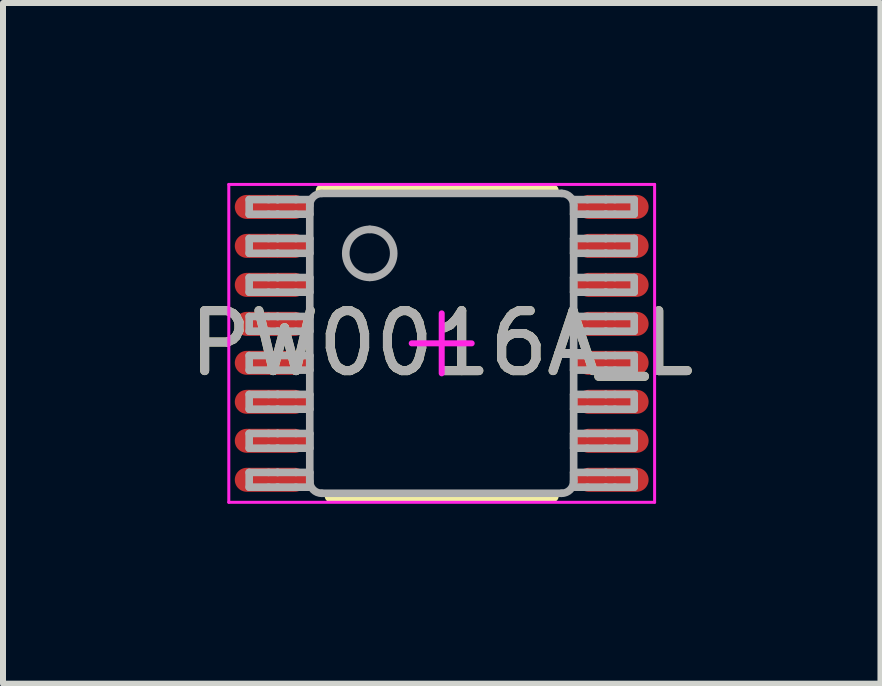
<source format=kicad_pcb>
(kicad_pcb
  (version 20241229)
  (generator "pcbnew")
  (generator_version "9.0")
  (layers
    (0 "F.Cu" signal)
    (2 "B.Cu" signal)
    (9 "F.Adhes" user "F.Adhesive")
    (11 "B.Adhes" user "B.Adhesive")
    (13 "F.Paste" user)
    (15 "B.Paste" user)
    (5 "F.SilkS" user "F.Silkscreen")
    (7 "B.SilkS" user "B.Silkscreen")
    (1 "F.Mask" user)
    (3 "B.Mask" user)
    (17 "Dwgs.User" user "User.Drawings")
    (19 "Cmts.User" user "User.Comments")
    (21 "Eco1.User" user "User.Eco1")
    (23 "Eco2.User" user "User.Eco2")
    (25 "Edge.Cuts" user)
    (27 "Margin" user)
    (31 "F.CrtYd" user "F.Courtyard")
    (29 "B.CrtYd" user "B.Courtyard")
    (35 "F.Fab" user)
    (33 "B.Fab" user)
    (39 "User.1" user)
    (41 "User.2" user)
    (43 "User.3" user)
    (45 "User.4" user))
  (footprint "PW0016A_L"
    (layer "F.Cu")
    (at 4.315 2.675)
    (property "Reference" "PW0016A_L" (at 0 0 0) (unlocked yes) (layer "F.SilkS") (effects (font (size 1 1) (thickness 0.15))))
    (attr smd)
    (fp_line (start -2 -2.55) (end 1.85 -2.55) (stroke (width 0.2) (type solid)) (layer "F.SilkS"))
    (fp_line (start -1.85 2.55) (end 1.85 2.55) (stroke (width 0.2) (type solid)) (layer "F.SilkS"))
    (fp_line (start -3.55 -2.65) (end 3.55 -2.65) (stroke (width 0.05) (type solid)) (layer "F.CrtYd"))
    (fp_line (start -3.55 2.65) (end -3.55 -2.65) (stroke (width 0.05) (type solid)) (layer "F.CrtYd"))
    (fp_line (start -3.55 2.65) (end 3.55 2.65) (stroke (width 0.05) (type solid)) (layer "F.CrtYd"))
    (fp_line (start -0.5 0) (end 0.5 0) (stroke (width 0.1) (type solid)) (layer "F.CrtYd"))
    (fp_line (start -0.000003 0.5) (end -0.000003 -0.5) (stroke (width 0.1) (type solid)) (layer "F.CrtYd"))
    (fp_line (start 3.55 2.65) (end 3.55 -2.65) (stroke (width 0.05) (type solid)) (layer "F.CrtYd"))
    (fp_line (start -3.21 -2.397) (end -2.887 -2.397) (stroke (width 0.127) (type solid)) (layer "F.Fab"))
    (fp_line (start -3.21 -2.153) (end -3.21 -2.397) (stroke (width 0.127) (type solid)) (layer "F.Fab"))
    (fp_line (start -3.21 -2.153) (end -2.887 -2.153) (stroke (width 0.127) (type solid)) (layer "F.Fab"))
    (fp_line (start -3.21 -1.748) (end -2.887 -1.748) (stroke (width 0.127) (type solid)) (layer "F.Fab"))
    (fp_line (start -3.21 -1.502) (end -3.21 -1.748) (stroke (width 0.127) (type solid)) (layer "F.Fab"))
    (fp_line (start -3.21 -1.502) (end -2.887 -1.502) (stroke (width 0.127) (type solid)) (layer "F.Fab"))
    (fp_line (start -3.21 -1.097) (end -2.887 -1.097) (stroke (width 0.127) (type solid)) (layer "F.Fab"))
    (fp_line (start -3.21 -0.853) (end -3.21 -1.097) (stroke (width 0.127) (type solid)) (layer "F.Fab"))
    (fp_line (start -3.21 -0.853) (end -2.887 -0.853) (stroke (width 0.127) (type solid)) (layer "F.Fab"))
    (fp_line (start -3.21 -0.448) (end -2.887 -0.448) (stroke (width 0.127) (type solid)) (layer "F.Fab"))
    (fp_line (start -3.21 -0.202) (end -3.21 -0.448) (stroke (width 0.127) (type solid)) (layer "F.Fab"))
    (fp_line (start -3.21 -0.202) (end -2.887 -0.202) (stroke (width 0.127) (type solid)) (layer "F.Fab"))
    (fp_line (start -3.21 0.203) (end -2.887 0.203) (stroke (width 0.127) (type solid)) (layer "F.Fab"))
    (fp_line (start -3.21 0.447) (end -3.21 0.203) (stroke (width 0.127) (type solid)) (layer "F.Fab"))
    (fp_line (start -3.21 0.447) (end -2.887 0.447) (stroke (width 0.127) (type solid)) (layer "F.Fab"))
    (fp_line (start -3.21 0.852) (end -2.887 0.852) (stroke (width 0.127) (type solid)) (layer "F.Fab"))
    (fp_line (start -3.21 1.098) (end -3.21 0.852) (stroke (width 0.127) (type solid)) (layer "F.Fab"))
    (fp_line (start -3.21 1.098) (end -2.887 1.098) (stroke (width 0.127) (type solid)) (layer "F.Fab"))
    (fp_line (start -3.21 1.503) (end -2.887 1.503) (stroke (width 0.127) (type solid)) (layer "F.Fab"))
    (fp_line (start -3.21 1.748) (end -3.21 1.503) (stroke (width 0.127) (type solid)) (layer "F.Fab"))
    (fp_line (start -3.21 1.748) (end -2.887 1.748) (stroke (width 0.127) (type solid)) (layer "F.Fab"))
    (fp_line (start -3.21 2.152) (end -2.887 2.152) (stroke (width 0.127) (type solid)) (layer "F.Fab"))
    (fp_line (start -3.21 2.398) (end -3.21 2.152) (stroke (width 0.127) (type solid)) (layer "F.Fab"))
    (fp_line (start -3.21 2.398) (end -2.887 2.398) (stroke (width 0.127) (type solid)) (layer "F.Fab"))
    (fp_line (start -2.887 -2.397) (end -2.739 -2.397) (stroke (width 0.127) (type solid)) (layer "F.Fab"))
    (fp_line (start -2.887 -2.153) (end -2.739 -2.153) (stroke (width 0.127) (type solid)) (layer "F.Fab"))
    (fp_line (start -2.887 -1.748) (end -2.739 -1.748) (stroke (width 0.127) (type solid)) (layer "F.Fab"))
    (fp_line (start -2.887 -1.502) (end -2.739 -1.502) (stroke (width 0.127) (type solid)) (layer "F.Fab"))
    (fp_line (start -2.887 -1.097) (end -2.739 -1.097) (stroke (width 0.127) (type solid)) (layer "F.Fab"))
    (fp_line (start -2.887 -0.853) (end -2.739 -0.853) (stroke (width 0.127) (type solid)) (layer "F.Fab"))
    (fp_line (start -2.887 -0.448) (end -2.739 -0.448) (stroke (width 0.127) (type solid)) (layer "F.Fab"))
    (fp_line (start -2.887 -0.202) (end -2.739 -0.202) (stroke (width 0.127) (type solid)) (layer "F.Fab"))
    (fp_line (start -2.887 0.203) (end -2.739 0.203) (stroke (width 0.127) (type solid)) (layer "F.Fab"))
    (fp_line (start -2.887 0.447) (end -2.739 0.447) (stroke (width 0.127) (type solid)) (layer "F.Fab"))
    (fp_line (start -2.887 0.852) (end -2.739 0.852) (stroke (width 0.127) (type solid)) (layer "F.Fab"))
    (fp_line (start -2.887 1.098) (end -2.739 1.098) (stroke (width 0.127) (type solid)) (layer "F.Fab"))
    (fp_line (start -2.887 1.503) (end -2.739 1.503) (stroke (width 0.127) (type solid)) (layer "F.Fab"))
    (fp_line (start -2.887 1.748) (end -2.739 1.748) (stroke (width 0.127) (type solid)) (layer "F.Fab"))
    (fp_line (start -2.887 2.152) (end -2.739 2.152) (stroke (width 0.127) (type solid)) (layer "F.Fab"))
    (fp_line (start -2.887 2.398) (end -2.739 2.398) (stroke (width 0.127) (type solid)) (layer "F.Fab"))
    (fp_line (start -2.739 -2.397) (end -2.733 -2.397) (stroke (width 0.127) (type solid)) (layer "F.Fab"))
    (fp_line (start -2.739 -2.153) (end -2.733 -2.153) (stroke (width 0.127) (type solid)) (layer "F.Fab"))
    (fp_line (start -2.739 -1.748) (end -2.733 -1.748) (stroke (width 0.127) (type solid)) (layer "F.Fab"))
    (fp_line (start -2.739 -1.502) (end -2.733 -1.502) (stroke (width 0.127) (type solid)) (layer "F.Fab"))
    (fp_line (start -2.739 -1.097) (end -2.733 -1.097) (stroke (width 0.127) (type solid)) (layer "F.Fab"))
    (fp_line (start -2.739 -0.853) (end -2.733 -0.853) (stroke (width 0.127) (type solid)) (layer "F.Fab"))
    (fp_line (start -2.739 -0.448) (end -2.733 -0.448) (stroke (width 0.127) (type solid)) (layer "F.Fab"))
    (fp_line (start -2.739 -0.202) (end -2.733 -0.202) (stroke (width 0.127) (type solid)) (layer "F.Fab"))
    (fp_line (start -2.739 0.203) (end -2.733 0.203) (stroke (width 0.127) (type solid)) (layer "F.Fab"))
    (fp_line (start -2.739 0.447) (end -2.733 0.447) (stroke (width 0.127) (type solid)) (layer "F.Fab"))
    (fp_line (start -2.739 0.852) (end -2.733 0.852) (stroke (width 0.127) (type solid)) (layer "F.Fab"))
    (fp_line (start -2.739 1.098) (end -2.733 1.098) (stroke (width 0.127) (type solid)) (layer "F.Fab"))
    (fp_line (start -2.739 1.503) (end -2.733 1.503) (stroke (width 0.127) (type solid)) (layer "F.Fab"))
    (fp_line (start -2.739 1.748) (end -2.733 1.748) (stroke (width 0.127) (type solid)) (layer "F.Fab"))
    (fp_line (start -2.739 2.152) (end -2.733 2.152) (stroke (width 0.127) (type solid)) (layer "F.Fab"))
    (fp_line (start -2.739 2.398) (end -2.733 2.398) (stroke (width 0.127) (type solid)) (layer "F.Fab"))
    (fp_line (start -2.733 -2.397) (end -2.431 -2.397) (stroke (width 0.127) (type solid)) (layer "F.Fab"))
    (fp_line (start -2.733 -2.153) (end -2.431 -2.153) (stroke (width 0.127) (type solid)) (layer "F.Fab"))
    (fp_line (start -2.733 -1.748) (end -2.431 -1.748) (stroke (width 0.127) (type solid)) (layer "F.Fab"))
    (fp_line (start -2.733 -1.502) (end -2.431 -1.502) (stroke (width 0.127) (type solid)) (layer "F.Fab"))
    (fp_line (start -2.733 -1.097) (end -2.431 -1.097) (stroke (width 0.127) (type solid)) (layer "F.Fab"))
    (fp_line (start -2.733 -0.853) (end -2.431 -0.853) (stroke (width 0.127) (type solid)) (layer "F.Fab"))
    (fp_line (start -2.733 -0.448) (end -2.431 -0.448) (stroke (width 0.127) (type solid)) (layer "F.Fab"))
    (fp_line (start -2.733 -0.202) (end -2.431 -0.202) (stroke (width 0.127) (type solid)) (layer "F.Fab"))
    (fp_line (start -2.733 0.203) (end -2.431 0.203) (stroke (width 0.127) (type solid)) (layer "F.Fab"))
    (fp_line (start -2.733 0.447) (end -2.431 0.447) (stroke (width 0.127) (type solid)) (layer "F.Fab"))
    (fp_line (start -2.733 0.852) (end -2.431 0.852) (stroke (width 0.127) (type solid)) (layer "F.Fab"))
    (fp_line (start -2.733 1.098) (end -2.431 1.098) (stroke (width 0.127) (type solid)) (layer "F.Fab"))
    (fp_line (start -2.733 1.503) (end -2.431 1.503) (stroke (width 0.127) (type solid)) (layer "F.Fab"))
    (fp_line (start -2.733 1.748) (end -2.431 1.748) (stroke (width 0.127) (type solid)) (layer "F.Fab"))
    (fp_line (start -2.733 2.152) (end -2.431 2.152) (stroke (width 0.127) (type solid)) (layer "F.Fab"))
    (fp_line (start -2.733 2.398) (end -2.431 2.398) (stroke (width 0.127) (type solid)) (layer "F.Fab"))
    (fp_line (start -2.431 -2.397) (end -2.2 -2.397) (stroke (width 0.127) (type solid)) (layer "F.Fab"))
    (fp_line (start -2.431 -2.153) (end -2.2 -2.153) (stroke (width 0.127) (type solid)) (layer "F.Fab"))
    (fp_line (start -2.431 -1.748) (end -2.2 -1.748) (stroke (width 0.127) (type solid)) (layer "F.Fab"))
    (fp_line (start -2.431 -1.502) (end -2.2 -1.502) (stroke (width 0.127) (type solid)) (layer "F.Fab"))
    (fp_line (start -2.431 -1.097) (end -2.2 -1.097) (stroke (width 0.127) (type solid)) (layer "F.Fab"))
    (fp_line (start -2.431 -0.853) (end -2.2 -0.853) (stroke (width 0.127) (type solid)) (layer "F.Fab"))
    (fp_line (start -2.431 -0.448) (end -2.2 -0.448) (stroke (width 0.127) (type solid)) (layer "F.Fab"))
    (fp_line (start -2.431 -0.202) (end -2.2 -0.202) (stroke (width 0.127) (type solid)) (layer "F.Fab"))
    (fp_line (start -2.431 0.203) (end -2.2 0.203) (stroke (width 0.127) (type solid)) (layer "F.Fab"))
    (fp_line (start -2.431 0.447) (end -2.2 0.447) (stroke (width 0.127) (type solid)) (layer "F.Fab"))
    (fp_line (start -2.431 0.852) (end -2.2 0.852) (stroke (width 0.127) (type solid)) (layer "F.Fab"))
    (fp_line (start -2.431 1.098) (end -2.2 1.098) (stroke (width 0.127) (type solid)) (layer "F.Fab"))
    (fp_line (start -2.431 1.503) (end -2.2 1.503) (stroke (width 0.127) (type solid)) (layer "F.Fab"))
    (fp_line (start -2.431 1.748) (end -2.2 1.748) (stroke (width 0.127) (type solid)) (layer "F.Fab"))
    (fp_line (start -2.431 2.152) (end -2.2 2.152) (stroke (width 0.127) (type solid)) (layer "F.Fab"))
    (fp_line (start -2.431 2.398) (end -2.2 2.398) (stroke (width 0.127) (type solid)) (layer "F.Fab"))
    (fp_line (start -2.2 -2.153) (end -2.2 -2.397) (stroke (width 0.127) (type solid)) (layer "F.Fab"))
    (fp_line (start -2.2 -1.502) (end -2.2 -1.748) (stroke (width 0.127) (type solid)) (layer "F.Fab"))
    (fp_line (start -2.2 -0.853) (end -2.2 -1.097) (stroke (width 0.127) (type solid)) (layer "F.Fab"))
    (fp_line (start -2.2 -0.202) (end -2.2 -0.448) (stroke (width 0.127) (type solid)) (layer "F.Fab"))
    (fp_line (start -2.2 0.447) (end -2.2 0.203) (stroke (width 0.127) (type solid)) (layer "F.Fab"))
    (fp_line (start -2.2 1.098) (end -2.2 0.852) (stroke (width 0.127) (type solid)) (layer "F.Fab"))
    (fp_line (start -2.2 1.748) (end -2.2 1.503) (stroke (width 0.127) (type solid)) (layer "F.Fab"))
    (fp_line (start -2.2 2.3) (end -2.2 -2.3) (stroke (width 0.127) (type solid)) (layer "F.Fab"))
    (fp_line (start -2.2 2.398) (end -2.2 2.152) (stroke (width 0.127) (type solid)) (layer "F.Fab"))
    (fp_line (start -2 -2.5) (end 2 -2.5) (stroke (width 0.127) (type solid)) (layer "F.Fab"))
    (fp_line (start -2 2.5) (end 2 2.5) (stroke (width 0.127) (type solid)) (layer "F.Fab"))
    (fp_line (start 2.2 -2.397) (end 2.43 -2.397) (stroke (width 0.127) (type solid)) (layer "F.Fab"))
    (fp_line (start 2.2 -2.153) (end 2.2 -2.397) (stroke (width 0.127) (type solid)) (layer "F.Fab"))
    (fp_line (start 2.2 -2.153) (end 2.43 -2.153) (stroke (width 0.127) (type solid)) (layer "F.Fab"))
    (fp_line (start 2.2 -1.748) (end 2.43 -1.748) (stroke (width 0.127) (type solid)) (layer "F.Fab"))
    (fp_line (start 2.2 -1.502) (end 2.2 -1.748) (stroke (width 0.127) (type solid)) (layer "F.Fab"))
    (fp_line (start 2.2 -1.502) (end 2.43 -1.502) (stroke (width 0.127) (type solid)) (layer "F.Fab"))
    (fp_line (start 2.2 -1.097) (end 2.43 -1.097) (stroke (width 0.127) (type solid)) (layer "F.Fab"))
    (fp_line (start 2.2 -0.853) (end 2.2 -1.097) (stroke (width 0.127) (type solid)) (layer "F.Fab"))
    (fp_line (start 2.2 -0.853) (end 2.43 -0.853) (stroke (width 0.127) (type solid)) (layer "F.Fab"))
    (fp_line (start 2.2 -0.448) (end 2.43 -0.448) (stroke (width 0.127) (type solid)) (layer "F.Fab"))
    (fp_line (start 2.2 -0.202) (end 2.2 -0.448) (stroke (width 0.127) (type solid)) (layer "F.Fab"))
    (fp_line (start 2.2 -0.202) (end 2.43 -0.202) (stroke (width 0.127) (type solid)) (layer "F.Fab"))
    (fp_line (start 2.2 0.203) (end 2.43 0.203) (stroke (width 0.127) (type solid)) (layer "F.Fab"))
    (fp_line (start 2.2 0.447) (end 2.2 0.203) (stroke (width 0.127) (type solid)) (layer "F.Fab"))
    (fp_line (start 2.2 0.447) (end 2.43 0.447) (stroke (width 0.127) (type solid)) (layer "F.Fab"))
    (fp_line (start 2.2 0.852) (end 2.43 0.852) (stroke (width 0.127) (type solid)) (layer "F.Fab"))
    (fp_line (start 2.2 1.098) (end 2.2 0.852) (stroke (width 0.127) (type solid)) (layer "F.Fab"))
    (fp_line (start 2.2 1.098) (end 2.43 1.098) (stroke (width 0.127) (type solid)) (layer "F.Fab"))
    (fp_line (start 2.2 1.503) (end 2.43 1.503) (stroke (width 0.127) (type solid)) (layer "F.Fab"))
    (fp_line (start 2.2 1.748) (end 2.2 1.503) (stroke (width 0.127) (type solid)) (layer "F.Fab"))
    (fp_line (start 2.2 1.748) (end 2.43 1.748) (stroke (width 0.127) (type solid)) (layer "F.Fab"))
    (fp_line (start 2.2 2.152) (end 2.43 2.152) (stroke (width 0.127) (type solid)) (layer "F.Fab"))
    (fp_line (start 2.2 2.3) (end 2.2 -2.3) (stroke (width 0.127) (type solid)) (layer "F.Fab"))
    (fp_line (start 2.2 2.398) (end 2.2 2.152) (stroke (width 0.127) (type solid)) (layer "F.Fab"))
    (fp_line (start 2.2 2.398) (end 2.43 2.398) (stroke (width 0.127) (type solid)) (layer "F.Fab"))
    (fp_line (start 2.43 -2.397) (end 2.733 -2.397) (stroke (width 0.127) (type solid)) (layer "F.Fab"))
    (fp_line (start 2.43 -2.153) (end 2.733 -2.153) (stroke (width 0.127) (type solid)) (layer "F.Fab"))
    (fp_line (start 2.43 -1.748) (end 2.733 -1.748) (stroke (width 0.127) (type solid)) (layer "F.Fab"))
    (fp_line (start 2.43 -1.502) (end 2.733 -1.502) (stroke (width 0.127) (type solid)) (layer "F.Fab"))
    (fp_line (start 2.43 -1.097) (end 2.733 -1.097) (stroke (width 0.127) (type solid)) (layer "F.Fab"))
    (fp_line (start 2.43 -0.853) (end 2.733 -0.853) (stroke (width 0.127) (type solid)) (layer "F.Fab"))
    (fp_line (start 2.43 -0.448) (end 2.733 -0.448) (stroke (width 0.127) (type solid)) (layer "F.Fab"))
    (fp_line (start 2.43 -0.202) (end 2.733 -0.202) (stroke (width 0.127) (type solid)) (layer "F.Fab"))
    (fp_line (start 2.43 0.203) (end 2.733 0.203) (stroke (width 0.127) (type solid)) (layer "F.Fab"))
    (fp_line (start 2.43 0.447) (end 2.733 0.447) (stroke (width 0.127) (type solid)) (layer "F.Fab"))
    (fp_line (start 2.43 0.852) (end 2.733 0.852) (stroke (width 0.127) (type solid)) (layer "F.Fab"))
    (fp_line (start 2.43 1.098) (end 2.733 1.098) (stroke (width 0.127) (type solid)) (layer "F.Fab"))
    (fp_line (start 2.43 1.503) (end 2.733 1.503) (stroke (width 0.127) (type solid)) (layer "F.Fab"))
    (fp_line (start 2.43 1.748) (end 2.733 1.748) (stroke (width 0.127) (type solid)) (layer "F.Fab"))
    (fp_line (start 2.43 2.152) (end 2.733 2.152) (stroke (width 0.127) (type solid)) (layer "F.Fab"))
    (fp_line (start 2.43 2.398) (end 2.733 2.398) (stroke (width 0.127) (type solid)) (layer "F.Fab"))
    (fp_line (start 2.733 -2.397) (end 2.739 -2.397) (stroke (width 0.127) (type solid)) (layer "F.Fab"))
    (fp_line (start 2.733 -2.153) (end 2.739 -2.153) (stroke (width 0.127) (type solid)) (layer "F.Fab"))
    (fp_line (start 2.733 -1.748) (end 2.739 -1.748) (stroke (width 0.127) (type solid)) (layer "F.Fab"))
    (fp_line (start 2.733 -1.502) (end 2.739 -1.502) (stroke (width 0.127) (type solid)) (layer "F.Fab"))
    (fp_line (start 2.733 -1.097) (end 2.739 -1.097) (stroke (width 0.127) (type solid)) (layer "F.Fab"))
    (fp_line (start 2.733 -0.853) (end 2.739 -0.853) (stroke (width 0.127) (type solid)) (layer "F.Fab"))
    (fp_line (start 2.733 -0.448) (end 2.739 -0.448) (stroke (width 0.127) (type solid)) (layer "F.Fab"))
    (fp_line (start 2.733 -0.202) (end 2.739 -0.202) (stroke (width 0.127) (type solid)) (layer "F.Fab"))
    (fp_line (start 2.733 0.203) (end 2.739 0.203) (stroke (width 0.127) (type solid)) (layer "F.Fab"))
    (fp_line (start 2.733 0.447) (end 2.739 0.447) (stroke (width 0.127) (type solid)) (layer "F.Fab"))
    (fp_line (start 2.733 0.852) (end 2.739 0.852) (stroke (width 0.127) (type solid)) (layer "F.Fab"))
    (fp_line (start 2.733 1.098) (end 2.739 1.098) (stroke (width 0.127) (type solid)) (layer "F.Fab"))
    (fp_line (start 2.733 1.503) (end 2.739 1.503) (stroke (width 0.127) (type solid)) (layer "F.Fab"))
    (fp_line (start 2.733 1.748) (end 2.739 1.748) (stroke (width 0.127) (type solid)) (layer "F.Fab"))
    (fp_line (start 2.733 2.152) (end 2.739 2.152) (stroke (width 0.127) (type solid)) (layer "F.Fab"))
    (fp_line (start 2.733 2.398) (end 2.739 2.398) (stroke (width 0.127) (type solid)) (layer "F.Fab"))
    (fp_line (start 2.739 -2.397) (end 2.887 -2.397) (stroke (width 0.127) (type solid)) (layer "F.Fab"))
    (fp_line (start 2.739 -2.153) (end 2.887 -2.153) (stroke (width 0.127) (type solid)) (layer "F.Fab"))
    (fp_line (start 2.739 -1.748) (end 2.887 -1.748) (stroke (width 0.127) (type solid)) (layer "F.Fab"))
    (fp_line (start 2.739 -1.502) (end 2.887 -1.502) (stroke (width 0.127) (type solid)) (layer "F.Fab"))
    (fp_line (start 2.739 -1.097) (end 2.887 -1.097) (stroke (width 0.127) (type solid)) (layer "F.Fab"))
    (fp_line (start 2.739 -0.853) (end 2.887 -0.853) (stroke (width 0.127) (type solid)) (layer "F.Fab"))
    (fp_line (start 2.739 -0.448) (end 2.887 -0.448) (stroke (width 0.127) (type solid)) (layer "F.Fab"))
    (fp_line (start 2.739 -0.202) (end 2.887 -0.202) (stroke (width 0.127) (type solid)) (layer "F.Fab"))
    (fp_line (start 2.739 0.203) (end 2.887 0.203) (stroke (width 0.127) (type solid)) (layer "F.Fab"))
    (fp_line (start 2.739 0.447) (end 2.887 0.447) (stroke (width 0.127) (type solid)) (layer "F.Fab"))
    (fp_line (start 2.739 0.852) (end 2.887 0.852) (stroke (width 0.127) (type solid)) (layer "F.Fab"))
    (fp_line (start 2.739 1.098) (end 2.887 1.098) (stroke (width 0.127) (type solid)) (layer "F.Fab"))
    (fp_line (start 2.739 1.503) (end 2.887 1.503) (stroke (width 0.127) (type solid)) (layer "F.Fab"))
    (fp_line (start 2.739 1.748) (end 2.887 1.748) (stroke (width 0.127) (type solid)) (layer "F.Fab"))
    (fp_line (start 2.739 2.152) (end 2.887 2.152) (stroke (width 0.127) (type solid)) (layer "F.Fab"))
    (fp_line (start 2.739 2.398) (end 2.887 2.398) (stroke (width 0.127) (type solid)) (layer "F.Fab"))
    (fp_line (start 2.887 -2.397) (end 3.21 -2.397) (stroke (width 0.127) (type solid)) (layer "F.Fab"))
    (fp_line (start 2.887 -2.153) (end 3.21 -2.153) (stroke (width 0.127) (type solid)) (layer "F.Fab"))
    (fp_line (start 2.887 -1.748) (end 3.21 -1.748) (stroke (width 0.127) (type solid)) (layer "F.Fab"))
    (fp_line (start 2.887 -1.502) (end 3.21 -1.502) (stroke (width 0.127) (type solid)) (layer "F.Fab"))
    (fp_line (start 2.887 -1.097) (end 3.21 -1.097) (stroke (width 0.127) (type solid)) (layer "F.Fab"))
    (fp_line (start 2.887 -0.853) (end 3.21 -0.853) (stroke (width 0.127) (type solid)) (layer "F.Fab"))
    (fp_line (start 2.887 -0.448) (end 3.21 -0.448) (stroke (width 0.127) (type solid)) (layer "F.Fab"))
    (fp_line (start 2.887 -0.202) (end 3.21 -0.202) (stroke (width 0.127) (type solid)) (layer "F.Fab"))
    (fp_line (start 2.887 0.203) (end 3.21 0.203) (stroke (width 0.127) (type solid)) (layer "F.Fab"))
    (fp_line (start 2.887 0.447) (end 3.21 0.447) (stroke (width 0.127) (type solid)) (layer "F.Fab"))
    (fp_line (start 2.887 0.852) (end 3.21 0.852) (stroke (width 0.127) (type solid)) (layer "F.Fab"))
    (fp_line (start 2.887 1.098) (end 3.21 1.098) (stroke (width 0.127) (type solid)) (layer "F.Fab"))
    (fp_line (start 2.887 1.503) (end 3.21 1.503) (stroke (width 0.127) (type solid)) (layer "F.Fab"))
    (fp_line (start 2.887 1.748) (end 3.21 1.748) (stroke (width 0.127) (type solid)) (layer "F.Fab"))
    (fp_line (start 2.887 2.152) (end 3.21 2.152) (stroke (width 0.127) (type solid)) (layer "F.Fab"))
    (fp_line (start 2.887 2.398) (end 3.21 2.398) (stroke (width 0.127) (type solid)) (layer "F.Fab"))
    (fp_line (start 3.21 -2.153) (end 3.21 -2.397) (stroke (width 0.127) (type solid)) (layer "F.Fab"))
    (fp_line (start 3.21 -1.502) (end 3.21 -1.748) (stroke (width 0.127) (type solid)) (layer "F.Fab"))
    (fp_line (start 3.21 -0.853) (end 3.21 -1.097) (stroke (width 0.127) (type solid)) (layer "F.Fab"))
    (fp_line (start 3.21 -0.202) (end 3.21 -0.448) (stroke (width 0.127) (type solid)) (layer "F.Fab"))
    (fp_line (start 3.21 0.447) (end 3.21 0.203) (stroke (width 0.127) (type solid)) (layer "F.Fab"))
    (fp_line (start 3.21 1.098) (end 3.21 0.852) (stroke (width 0.127) (type solid)) (layer "F.Fab"))
    (fp_line (start 3.21 1.748) (end 3.21 1.503) (stroke (width 0.127) (type solid)) (layer "F.Fab"))
    (fp_line (start 3.21 2.398) (end 3.21 2.152) (stroke (width 0.127) (type solid)) (layer "F.Fab"))
    (fp_arc (start -2.200001 -2.3) (mid -2.141422 -2.441421) (end -2.000001 -2.5) (stroke (width 0.127) (type solid)) (layer "F.Fab"))
    (fp_arc (start -2.000001 2.500015) (mid -2.141422 2.441437) (end -2.200001 2.300016) (stroke (width 0.127) (type solid)) (layer "F.Fab"))
    (fp_arc (start -1.200003 -1.900001) (mid -0.800003 -1.500002) (end -1.200003 -1.100003) (stroke (width 0.127) (type solid)) (layer "F.Fab"))
    (fp_arc (start -1.200003 -1.100003) (mid -1.600002 -1.500002) (end -1.200003 -1.900001) (stroke (width 0.127) (type solid)) (layer "F.Fab"))
    (fp_arc (start 1.999991 -2.5) (mid 2.141412 -2.441422) (end 2.199991 -2.3) (stroke (width 0.127) (type solid)) (layer "F.Fab"))
    (fp_arc (start 2.199991 2.300016) (mid 2.141412 2.441437) (end 1.999991 2.500015) (stroke (width 0.127) (type solid)) (layer "F.Fab"))
    (fp_text user "${REFERENCE}" (at 0 0 0) (unlocked yes) (layer "F.Fab") (effects (font (size 1 1) (thickness 0.15))))
    (pad "1" smd oval (at -2.85 -2.275 90) (size 0.4 1.2) (layers "F.Cu" "F.Mask" "F.Paste"))
    (pad "2" smd oval (at -2.85 -1.625 90) (size 0.4 1.2) (layers "F.Cu" "F.Mask" "F.Paste"))
    (pad "3" smd oval (at -2.85 -0.975 90) (size 0.4 1.2) (layers "F.Cu" "F.Mask" "F.Paste"))
    (pad "4" smd oval (at -2.85 -0.325 90) (size 0.4 1.2) (layers "F.Cu" "F.Mask" "F.Paste"))
    (pad "5" smd oval (at -2.85 0.325 90) (size 0.4 1.2) (layers "F.Cu" "F.Mask" "F.Paste"))
    (pad "6" smd oval (at -2.85 0.975 90) (size 0.4 1.2) (layers "F.Cu" "F.Mask" "F.Paste"))
    (pad "7" smd oval (at -2.85 1.625 90) (size 0.4 1.2) (layers "F.Cu" "F.Mask" "F.Paste"))
    (pad "8" smd oval (at -2.85 2.275 90) (size 0.4 1.2) (layers "F.Cu" "F.Mask" "F.Paste"))
    (pad "9" smd oval (at 2.85 2.275 90) (size 0.4 1.2) (layers "F.Cu" "F.Mask" "F.Paste"))
    (pad "10" smd oval (at 2.85 1.625 90) (size 0.4 1.2) (layers "F.Cu" "F.Mask" "F.Paste"))
    (pad "11" smd oval (at 2.85 0.975 90) (size 0.4 1.2) (layers "F.Cu" "F.Mask" "F.Paste"))
    (pad "12" smd oval (at 2.85 0.325 90) (size 0.4 1.2) (layers "F.Cu" "F.Mask" "F.Paste"))
    (pad "13" smd oval (at 2.85 -0.325 90) (size 0.4 1.2) (layers "F.Cu" "F.Mask" "F.Paste"))
    (pad "14" smd oval (at 2.85 -0.975 90) (size 0.4 1.2) (layers "F.Cu" "F.Mask" "F.Paste"))
    (pad "15" smd oval (at 2.85 -1.625 90) (size 0.4 1.2) (layers "F.Cu" "F.Mask" "F.Paste"))
    (pad "16" smd oval (at 2.85 -2.275 90) (size 0.4 1.2) (layers "F.Cu" "F.Mask" "F.Paste")))
  (gr_rect
    (start -3 -3)
    (end 11.631 8.35)
    (stroke (width 0.1) (type default))
    (fill no)
    (layer "Edge.Cuts")))
</source>
